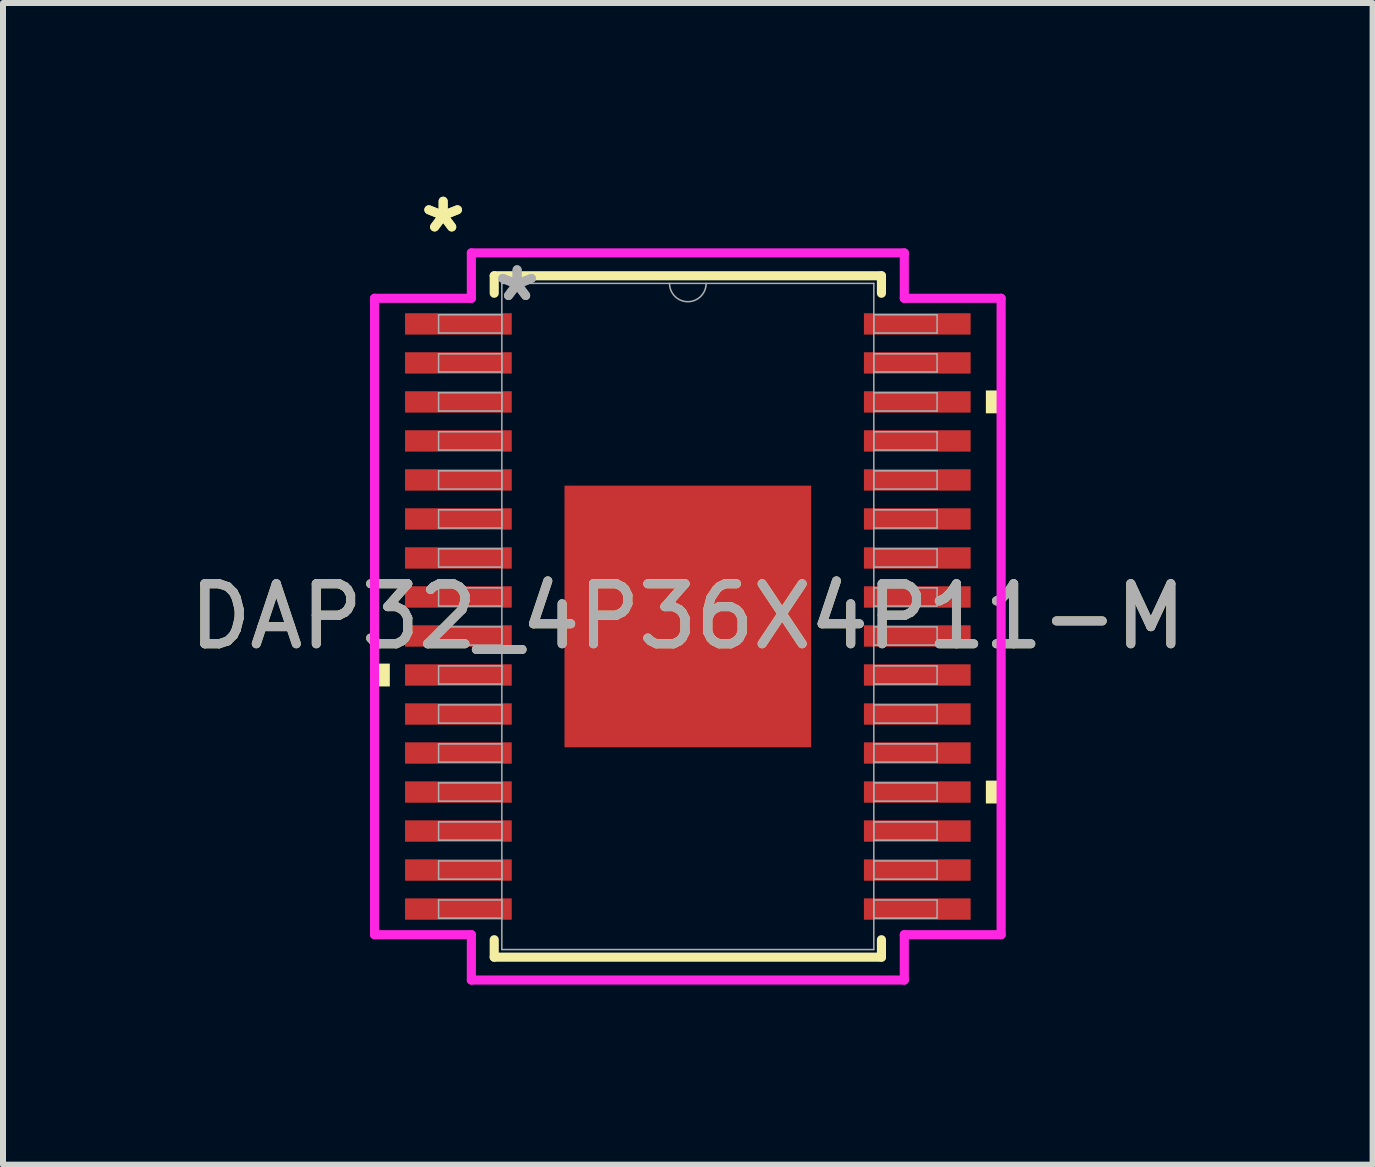
<source format=kicad_pcb>
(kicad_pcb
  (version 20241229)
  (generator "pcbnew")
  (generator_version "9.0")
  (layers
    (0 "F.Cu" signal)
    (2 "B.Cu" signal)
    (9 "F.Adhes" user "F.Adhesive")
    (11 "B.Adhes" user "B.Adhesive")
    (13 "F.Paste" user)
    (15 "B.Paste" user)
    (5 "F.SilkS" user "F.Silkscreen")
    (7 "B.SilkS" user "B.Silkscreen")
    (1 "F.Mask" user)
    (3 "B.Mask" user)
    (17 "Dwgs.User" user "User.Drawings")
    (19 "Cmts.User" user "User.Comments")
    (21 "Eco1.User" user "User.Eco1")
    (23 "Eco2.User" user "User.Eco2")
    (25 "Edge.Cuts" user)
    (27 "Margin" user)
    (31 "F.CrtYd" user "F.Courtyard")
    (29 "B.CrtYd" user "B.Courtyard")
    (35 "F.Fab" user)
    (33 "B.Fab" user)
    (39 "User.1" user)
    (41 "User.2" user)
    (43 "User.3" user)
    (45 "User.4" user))
  (footprint "DAP32_4P36X4P11-M"
    (layer "F.Cu")
    (at 8.411 7.222)
    (property "Reference" "DAP32_4P36X4P11-M" (at 0 0 0) (unlocked yes) (layer "F.SilkS") (effects (font (size 1 1) (thickness 0.15))))
    (attr smd)
    (fp_line (start -3.226 -5.677) (end -3.226 -5.386) (stroke (width 0.152) (type solid)) (layer "F.SilkS"))
    (fp_line (start -3.226 5.386) (end -3.226 5.677) (stroke (width 0.152) (type solid)) (layer "F.SilkS"))
    (fp_line (start -3.226 5.677) (end 3.226 5.677) (stroke (width 0.152) (type solid)) (layer "F.SilkS"))
    (fp_line (start 3.226 -5.677) (end -3.226 -5.677) (stroke (width 0.152) (type solid)) (layer "F.SilkS"))
    (fp_line (start 3.226 -5.386) (end 3.226 -5.677) (stroke (width 0.152) (type solid)) (layer "F.SilkS"))
    (fp_line (start 3.226 5.677) (end 3.226 5.386) (stroke (width 0.152) (type solid)) (layer "F.SilkS"))
    (fp_poly (pts (xy -5.22 0.785) (xy -5.22 1.166) (xy -4.966 1.166) (xy -4.966 0.785)) (stroke (width 0) (type solid)) (fill yes) (layer "F.SilkS"))
    (fp_poly (pts (xy 5.22 -3.766) (xy 5.22 -3.385) (xy 4.966 -3.385) (xy 4.966 -3.766)) (stroke (width 0) (type solid)) (fill yes) (layer "F.SilkS"))
    (fp_poly (pts (xy 5.22 2.735) (xy 5.22 3.116) (xy 4.966 3.116) (xy 4.966 2.735)) (stroke (width 0) (type solid)) (fill yes) (layer "F.SilkS"))
    (fp_poly (pts (xy -1.955 -2.08) (xy -1.955 -0.827) (xy -0.785 -0.827) (xy -0.785 -2.08)) (stroke (width 0) (type solid)) (fill yes) (layer "F.Paste"))
    (fp_poly (pts (xy -1.955 -0.627) (xy -1.955 0.627) (xy -0.785 0.627) (xy -0.785 -0.627)) (stroke (width 0) (type solid)) (fill yes) (layer "F.Paste"))
    (fp_poly (pts (xy -1.955 0.827) (xy -1.955 2.08) (xy -0.785 2.08) (xy -0.785 0.827)) (stroke (width 0) (type solid)) (fill yes) (layer "F.Paste"))
    (fp_poly (pts (xy -0.585 -2.08) (xy -0.585 -0.827) (xy 0.585 -0.827) (xy 0.585 -2.08)) (stroke (width 0) (type solid)) (fill yes) (layer "F.Paste"))
    (fp_poly (pts (xy -0.585 -0.627) (xy -0.585 0.627) (xy 0.585 0.627) (xy 0.585 -0.627)) (stroke (width 0) (type solid)) (fill yes) (layer "F.Paste"))
    (fp_poly (pts (xy -0.585 0.827) (xy -0.585 2.08) (xy 0.585 2.08) (xy 0.585 0.827)) (stroke (width 0) (type solid)) (fill yes) (layer "F.Paste"))
    (fp_poly (pts (xy 0.785 -2.08) (xy 0.785 -0.827) (xy 1.955 -0.827) (xy 1.955 -2.08)) (stroke (width 0) (type solid)) (fill yes) (layer "F.Paste"))
    (fp_poly (pts (xy 0.785 -0.627) (xy 0.785 0.627) (xy 1.955 0.627) (xy 1.955 -0.627)) (stroke (width 0) (type solid)) (fill yes) (layer "F.Paste"))
    (fp_poly (pts (xy 0.785 0.827) (xy 0.785 2.08) (xy 1.955 2.08) (xy 1.955 0.827)) (stroke (width 0) (type solid)) (fill yes) (layer "F.Paste"))
    (fp_line (start -5.22 -5.302) (end -3.607 -5.302) (stroke (width 0.152) (type solid)) (layer "F.CrtYd"))
    (fp_line (start -5.22 5.302) (end -5.22 -5.302) (stroke (width 0.152) (type solid)) (layer "F.CrtYd"))
    (fp_line (start -5.22 5.302) (end -3.607 5.302) (stroke (width 0.152) (type solid)) (layer "F.CrtYd"))
    (fp_line (start -3.607 -6.058) (end 3.607 -6.058) (stroke (width 0.152) (type solid)) (layer "F.CrtYd"))
    (fp_line (start -3.607 -5.302) (end -3.607 -6.058) (stroke (width 0.152) (type solid)) (layer "F.CrtYd"))
    (fp_line (start -3.607 6.058) (end -3.607 5.302) (stroke (width 0.152) (type solid)) (layer "F.CrtYd"))
    (fp_line (start 3.607 -6.058) (end 3.607 -5.302) (stroke (width 0.152) (type solid)) (layer "F.CrtYd"))
    (fp_line (start 3.607 5.302) (end 3.607 6.058) (stroke (width 0.152) (type solid)) (layer "F.CrtYd"))
    (fp_line (start 3.607 6.058) (end -3.607 6.058) (stroke (width 0.152) (type solid)) (layer "F.CrtYd"))
    (fp_line (start 5.22 -5.302) (end 3.607 -5.302) (stroke (width 0.152) (type solid)) (layer "F.CrtYd"))
    (fp_line (start 5.22 -5.302) (end 5.22 5.302) (stroke (width 0.152) (type solid)) (layer "F.CrtYd"))
    (fp_line (start 5.22 5.302) (end 3.607 5.302) (stroke (width 0.152) (type solid)) (layer "F.CrtYd"))
    (fp_line (start -4.153 -5.027) (end -4.153 -4.723) (stroke (width 0.025) (type solid)) (layer "F.Fab"))
    (fp_line (start -4.153 -4.723) (end -3.099 -4.723) (stroke (width 0.025) (type solid)) (layer "F.Fab"))
    (fp_line (start -4.153 -4.377) (end -4.153 -4.073) (stroke (width 0.025) (type solid)) (layer "F.Fab"))
    (fp_line (start -4.153 -4.073) (end -3.099 -4.073) (stroke (width 0.025) (type solid)) (layer "F.Fab"))
    (fp_line (start -4.153 -3.727) (end -4.153 -3.423) (stroke (width 0.025) (type solid)) (layer "F.Fab"))
    (fp_line (start -4.153 -3.423) (end -3.099 -3.423) (stroke (width 0.025) (type solid)) (layer "F.Fab"))
    (fp_line (start -4.153 -3.077) (end -4.153 -2.773) (stroke (width 0.025) (type solid)) (layer "F.Fab"))
    (fp_line (start -4.153 -2.773) (end -3.099 -2.773) (stroke (width 0.025) (type solid)) (layer "F.Fab"))
    (fp_line (start -4.153 -2.427) (end -4.153 -2.123) (stroke (width 0.025) (type solid)) (layer "F.Fab"))
    (fp_line (start -4.153 -2.123) (end -3.099 -2.123) (stroke (width 0.025) (type solid)) (layer "F.Fab"))
    (fp_line (start -4.153 -1.777) (end -4.153 -1.473) (stroke (width 0.025) (type solid)) (layer "F.Fab"))
    (fp_line (start -4.153 -1.473) (end -3.099 -1.473) (stroke (width 0.025) (type solid)) (layer "F.Fab"))
    (fp_line (start -4.153 -1.127) (end -4.153 -0.823) (stroke (width 0.025) (type solid)) (layer "F.Fab"))
    (fp_line (start -4.153 -0.823) (end -3.099 -0.823) (stroke (width 0.025) (type solid)) (layer "F.Fab"))
    (fp_line (start -4.153 -0.477) (end -4.153 -0.173) (stroke (width 0.025) (type solid)) (layer "F.Fab"))
    (fp_line (start -4.153 -0.173) (end -3.099 -0.173) (stroke (width 0.025) (type solid)) (layer "F.Fab"))
    (fp_line (start -4.153 0.173) (end -4.153 0.477) (stroke (width 0.025) (type solid)) (layer "F.Fab"))
    (fp_line (start -4.153 0.477) (end -3.099 0.477) (stroke (width 0.025) (type solid)) (layer "F.Fab"))
    (fp_line (start -4.153 0.823) (end -4.153 1.127) (stroke (width 0.025) (type solid)) (layer "F.Fab"))
    (fp_line (start -4.153 1.127) (end -3.099 1.127) (stroke (width 0.025) (type solid)) (layer "F.Fab"))
    (fp_line (start -4.153 1.473) (end -4.153 1.777) (stroke (width 0.025) (type solid)) (layer "F.Fab"))
    (fp_line (start -4.153 1.777) (end -3.099 1.777) (stroke (width 0.025) (type solid)) (layer "F.Fab"))
    (fp_line (start -4.153 2.123) (end -4.153 2.427) (stroke (width 0.025) (type solid)) (layer "F.Fab"))
    (fp_line (start -4.153 2.427) (end -3.099 2.427) (stroke (width 0.025) (type solid)) (layer "F.Fab"))
    (fp_line (start -4.153 2.773) (end -4.153 3.077) (stroke (width 0.025) (type solid)) (layer "F.Fab"))
    (fp_line (start -4.153 3.077) (end -3.099 3.077) (stroke (width 0.025) (type solid)) (layer "F.Fab"))
    (fp_line (start -4.153 3.423) (end -4.153 3.727) (stroke (width 0.025) (type solid)) (layer "F.Fab"))
    (fp_line (start -4.153 3.727) (end -3.099 3.727) (stroke (width 0.025) (type solid)) (layer "F.Fab"))
    (fp_line (start -4.153 4.073) (end -4.153 4.377) (stroke (width 0.025) (type solid)) (layer "F.Fab"))
    (fp_line (start -4.153 4.377) (end -3.099 4.377) (stroke (width 0.025) (type solid)) (layer "F.Fab"))
    (fp_line (start -4.153 4.723) (end -4.153 5.027) (stroke (width 0.025) (type solid)) (layer "F.Fab"))
    (fp_line (start -4.153 5.027) (end -3.099 5.027) (stroke (width 0.025) (type solid)) (layer "F.Fab"))
    (fp_line (start -3.099 -5.55) (end -3.099 5.55) (stroke (width 0.025) (type solid)) (layer "F.Fab"))
    (fp_line (start -3.099 -5.027) (end -4.153 -5.027) (stroke (width 0.025) (type solid)) (layer "F.Fab"))
    (fp_line (start -3.099 -4.723) (end -3.099 -5.027) (stroke (width 0.025) (type solid)) (layer "F.Fab"))
    (fp_line (start -3.099 -4.377) (end -4.153 -4.377) (stroke (width 0.025) (type solid)) (layer "F.Fab"))
    (fp_line (start -3.099 -4.073) (end -3.099 -4.377) (stroke (width 0.025) (type solid)) (layer "F.Fab"))
    (fp_line (start -3.099 -3.727) (end -4.153 -3.727) (stroke (width 0.025) (type solid)) (layer "F.Fab"))
    (fp_line (start -3.099 -3.423) (end -3.099 -3.727) (stroke (width 0.025) (type solid)) (layer "F.Fab"))
    (fp_line (start -3.099 -3.077) (end -4.153 -3.077) (stroke (width 0.025) (type solid)) (layer "F.Fab"))
    (fp_line (start -3.099 -2.773) (end -3.099 -3.077) (stroke (width 0.025) (type solid)) (layer "F.Fab"))
    (fp_line (start -3.099 -2.427) (end -4.153 -2.427) (stroke (width 0.025) (type solid)) (layer "F.Fab"))
    (fp_line (start -3.099 -2.123) (end -3.099 -2.427) (stroke (width 0.025) (type solid)) (layer "F.Fab"))
    (fp_line (start -3.099 -1.777) (end -4.153 -1.777) (stroke (width 0.025) (type solid)) (layer "F.Fab"))
    (fp_line (start -3.099 -1.473) (end -3.099 -1.777) (stroke (width 0.025) (type solid)) (layer "F.Fab"))
    (fp_line (start -3.099 -1.127) (end -4.153 -1.127) (stroke (width 0.025) (type solid)) (layer "F.Fab"))
    (fp_line (start -3.099 -0.823) (end -3.099 -1.127) (stroke (width 0.025) (type solid)) (layer "F.Fab"))
    (fp_line (start -3.099 -0.477) (end -4.153 -0.477) (stroke (width 0.025) (type solid)) (layer "F.Fab"))
    (fp_line (start -3.099 -0.173) (end -3.099 -0.477) (stroke (width 0.025) (type solid)) (layer "F.Fab"))
    (fp_line (start -3.099 0.173) (end -4.153 0.173) (stroke (width 0.025) (type solid)) (layer "F.Fab"))
    (fp_line (start -3.099 0.477) (end -3.099 0.173) (stroke (width 0.025) (type solid)) (layer "F.Fab"))
    (fp_line (start -3.099 0.823) (end -4.153 0.823) (stroke (width 0.025) (type solid)) (layer "F.Fab"))
    (fp_line (start -3.099 1.127) (end -3.099 0.823) (stroke (width 0.025) (type solid)) (layer "F.Fab"))
    (fp_line (start -3.099 1.473) (end -4.153 1.473) (stroke (width 0.025) (type solid)) (layer "F.Fab"))
    (fp_line (start -3.099 1.777) (end -3.099 1.473) (stroke (width 0.025) (type solid)) (layer "F.Fab"))
    (fp_line (start -3.099 2.123) (end -4.153 2.123) (stroke (width 0.025) (type solid)) (layer "F.Fab"))
    (fp_line (start -3.099 2.427) (end -3.099 2.123) (stroke (width 0.025) (type solid)) (layer "F.Fab"))
    (fp_line (start -3.099 2.773) (end -4.153 2.773) (stroke (width 0.025) (type solid)) (layer "F.Fab"))
    (fp_line (start -3.099 3.077) (end -3.099 2.773) (stroke (width 0.025) (type solid)) (layer "F.Fab"))
    (fp_line (start -3.099 3.423) (end -4.153 3.423) (stroke (width 0.025) (type solid)) (layer "F.Fab"))
    (fp_line (start -3.099 3.727) (end -3.099 3.423) (stroke (width 0.025) (type solid)) (layer "F.Fab"))
    (fp_line (start -3.099 4.073) (end -4.153 4.073) (stroke (width 0.025) (type solid)) (layer "F.Fab"))
    (fp_line (start -3.099 4.377) (end -3.099 4.073) (stroke (width 0.025) (type solid)) (layer "F.Fab"))
    (fp_line (start -3.099 4.723) (end -4.153 4.723) (stroke (width 0.025) (type solid)) (layer "F.Fab"))
    (fp_line (start -3.099 5.027) (end -3.099 4.723) (stroke (width 0.025) (type solid)) (layer "F.Fab"))
    (fp_line (start -3.099 5.55) (end 3.099 5.55) (stroke (width 0.025) (type solid)) (layer "F.Fab"))
    (fp_line (start 3.099 -5.55) (end -3.099 -5.55) (stroke (width 0.025) (type solid)) (layer "F.Fab"))
    (fp_line (start 3.099 -5.027) (end 3.099 -4.723) (stroke (width 0.025) (type solid)) (layer "F.Fab"))
    (fp_line (start 3.099 -4.723) (end 4.153 -4.723) (stroke (width 0.025) (type solid)) (layer "F.Fab"))
    (fp_line (start 3.099 -4.377) (end 3.099 -4.073) (stroke (width 0.025) (type solid)) (layer "F.Fab"))
    (fp_line (start 3.099 -4.073) (end 4.153 -4.073) (stroke (width 0.025) (type solid)) (layer "F.Fab"))
    (fp_line (start 3.099 -3.727) (end 3.099 -3.423) (stroke (width 0.025) (type solid)) (layer "F.Fab"))
    (fp_line (start 3.099 -3.423) (end 4.153 -3.423) (stroke (width 0.025) (type solid)) (layer "F.Fab"))
    (fp_line (start 3.099 -3.077) (end 3.099 -2.773) (stroke (width 0.025) (type solid)) (layer "F.Fab"))
    (fp_line (start 3.099 -2.773) (end 4.153 -2.773) (stroke (width 0.025) (type solid)) (layer "F.Fab"))
    (fp_line (start 3.099 -2.427) (end 3.099 -2.123) (stroke (width 0.025) (type solid)) (layer "F.Fab"))
    (fp_line (start 3.099 -2.123) (end 4.153 -2.123) (stroke (width 0.025) (type solid)) (layer "F.Fab"))
    (fp_line (start 3.099 -1.777) (end 3.099 -1.473) (stroke (width 0.025) (type solid)) (layer "F.Fab"))
    (fp_line (start 3.099 -1.473) (end 4.153 -1.473) (stroke (width 0.025) (type solid)) (layer "F.Fab"))
    (fp_line (start 3.099 -1.127) (end 3.099 -0.823) (stroke (width 0.025) (type solid)) (layer "F.Fab"))
    (fp_line (start 3.099 -0.823) (end 4.153 -0.823) (stroke (width 0.025) (type solid)) (layer "F.Fab"))
    (fp_line (start 3.099 -0.477) (end 3.099 -0.173) (stroke (width 0.025) (type solid)) (layer "F.Fab"))
    (fp_line (start 3.099 -0.173) (end 4.153 -0.173) (stroke (width 0.025) (type solid)) (layer "F.Fab"))
    (fp_line (start 3.099 0.173) (end 3.099 0.477) (stroke (width 0.025) (type solid)) (layer "F.Fab"))
    (fp_line (start 3.099 0.477) (end 4.153 0.477) (stroke (width 0.025) (type solid)) (layer "F.Fab"))
    (fp_line (start 3.099 0.823) (end 3.099 1.127) (stroke (width 0.025) (type solid)) (layer "F.Fab"))
    (fp_line (start 3.099 1.127) (end 4.153 1.127) (stroke (width 0.025) (type solid)) (layer "F.Fab"))
    (fp_line (start 3.099 1.473) (end 3.099 1.777) (stroke (width 0.025) (type solid)) (layer "F.Fab"))
    (fp_line (start 3.099 1.777) (end 4.153 1.777) (stroke (width 0.025) (type solid)) (layer "F.Fab"))
    (fp_line (start 3.099 2.123) (end 3.099 2.427) (stroke (width 0.025) (type solid)) (layer "F.Fab"))
    (fp_line (start 3.099 2.427) (end 4.153 2.427) (stroke (width 0.025) (type solid)) (layer "F.Fab"))
    (fp_line (start 3.099 2.773) (end 3.099 3.077) (stroke (width 0.025) (type solid)) (layer "F.Fab"))
    (fp_line (start 3.099 3.077) (end 4.153 3.077) (stroke (width 0.025) (type solid)) (layer "F.Fab"))
    (fp_line (start 3.099 3.423) (end 3.099 3.727) (stroke (width 0.025) (type solid)) (layer "F.Fab"))
    (fp_line (start 3.099 3.727) (end 4.153 3.727) (stroke (width 0.025) (type solid)) (layer "F.Fab"))
    (fp_line (start 3.099 4.073) (end 3.099 4.377) (stroke (width 0.025) (type solid)) (layer "F.Fab"))
    (fp_line (start 3.099 4.377) (end 4.153 4.377) (stroke (width 0.025) (type solid)) (layer "F.Fab"))
    (fp_line (start 3.099 4.723) (end 3.099 5.027) (stroke (width 0.025) (type solid)) (layer "F.Fab"))
    (fp_line (start 3.099 5.027) (end 4.153 5.027) (stroke (width 0.025) (type solid)) (layer "F.Fab"))
    (fp_line (start 3.099 5.55) (end 3.099 -5.55) (stroke (width 0.025) (type solid)) (layer "F.Fab"))
    (fp_line (start 4.153 -5.027) (end 3.099 -5.027) (stroke (width 0.025) (type solid)) (layer "F.Fab"))
    (fp_line (start 4.153 -4.723) (end 4.153 -5.027) (stroke (width 0.025) (type solid)) (layer "F.Fab"))
    (fp_line (start 4.153 -4.377) (end 3.099 -4.377) (stroke (width 0.025) (type solid)) (layer "F.Fab"))
    (fp_line (start 4.153 -4.073) (end 4.153 -4.377) (stroke (width 0.025) (type solid)) (layer "F.Fab"))
    (fp_line (start 4.153 -3.727) (end 3.099 -3.727) (stroke (width 0.025) (type solid)) (layer "F.Fab"))
    (fp_line (start 4.153 -3.423) (end 4.153 -3.727) (stroke (width 0.025) (type solid)) (layer "F.Fab"))
    (fp_line (start 4.153 -3.077) (end 3.099 -3.077) (stroke (width 0.025) (type solid)) (layer "F.Fab"))
    (fp_line (start 4.153 -2.773) (end 4.153 -3.077) (stroke (width 0.025) (type solid)) (layer "F.Fab"))
    (fp_line (start 4.153 -2.427) (end 3.099 -2.427) (stroke (width 0.025) (type solid)) (layer "F.Fab"))
    (fp_line (start 4.153 -2.123) (end 4.153 -2.427) (stroke (width 0.025) (type solid)) (layer "F.Fab"))
    (fp_line (start 4.153 -1.777) (end 3.099 -1.777) (stroke (width 0.025) (type solid)) (layer "F.Fab"))
    (fp_line (start 4.153 -1.473) (end 4.153 -1.777) (stroke (width 0.025) (type solid)) (layer "F.Fab"))
    (fp_line (start 4.153 -1.127) (end 3.099 -1.127) (stroke (width 0.025) (type solid)) (layer "F.Fab"))
    (fp_line (start 4.153 -0.823) (end 4.153 -1.127) (stroke (width 0.025) (type solid)) (layer "F.Fab"))
    (fp_line (start 4.153 -0.477) (end 3.099 -0.477) (stroke (width 0.025) (type solid)) (layer "F.Fab"))
    (fp_line (start 4.153 -0.173) (end 4.153 -0.477) (stroke (width 0.025) (type solid)) (layer "F.Fab"))
    (fp_line (start 4.153 0.173) (end 3.099 0.173) (stroke (width 0.025) (type solid)) (layer "F.Fab"))
    (fp_line (start 4.153 0.477) (end 4.153 0.173) (stroke (width 0.025) (type solid)) (layer "F.Fab"))
    (fp_line (start 4.153 0.823) (end 3.099 0.823) (stroke (width 0.025) (type solid)) (layer "F.Fab"))
    (fp_line (start 4.153 1.127) (end 4.153 0.823) (stroke (width 0.025) (type solid)) (layer "F.Fab"))
    (fp_line (start 4.153 1.473) (end 3.099 1.473) (stroke (width 0.025) (type solid)) (layer "F.Fab"))
    (fp_line (start 4.153 1.777) (end 4.153 1.473) (stroke (width 0.025) (type solid)) (layer "F.Fab"))
    (fp_line (start 4.153 2.123) (end 3.099 2.123) (stroke (width 0.025) (type solid)) (layer "F.Fab"))
    (fp_line (start 4.153 2.427) (end 4.153 2.123) (stroke (width 0.025) (type solid)) (layer "F.Fab"))
    (fp_line (start 4.153 2.773) (end 3.099 2.773) (stroke (width 0.025) (type solid)) (layer "F.Fab"))
    (fp_line (start 4.153 3.077) (end 4.153 2.773) (stroke (width 0.025) (type solid)) (layer "F.Fab"))
    (fp_line (start 4.153 3.423) (end 3.099 3.423) (stroke (width 0.025) (type solid)) (layer "F.Fab"))
    (fp_line (start 4.153 3.727) (end 4.153 3.423) (stroke (width 0.025) (type solid)) (layer "F.Fab"))
    (fp_line (start 4.153 4.073) (end 3.099 4.073) (stroke (width 0.025) (type solid)) (layer "F.Fab"))
    (fp_line (start 4.153 4.377) (end 4.153 4.073) (stroke (width 0.025) (type solid)) (layer "F.Fab"))
    (fp_line (start 4.153 4.723) (end 3.099 4.723) (stroke (width 0.025) (type solid)) (layer "F.Fab"))
    (fp_line (start 4.153 5.027) (end 4.153 4.723) (stroke (width 0.025) (type solid)) (layer "F.Fab"))
    (fp_arc (start 0.3048 -5.5499) (mid 0 -5.2451) (end -0.3048 -5.5499) (stroke (width 0.0254) (type solid)) (layer "F.Fab"))
    (fp_text user "*" (at -4.077 -6.374 0) (unlocked yes) (layer "F.SilkS") (effects (font (size 1 1) (thickness 0.15))))
    (fp_text user "*" (at -4.077 -6.374 0) (layer "F.SilkS") (effects (font (size 1 1) (thickness 0.15))))
    (fp_text user "*" (at -2.845 -5.231 0) (unlocked yes) (layer "F.Fab") (effects (font (size 1 1) (thickness 0.15))))
    (fp_text user "${REFERENCE}" (at 0 0 0) (unlocked yes) (layer "F.Fab") (effects (font (size 1 1) (thickness 0.15))))
    (fp_text user "*" (at -2.845 -5.231 0) (layer "F.Fab") (effects (font (size 1 1) (thickness 0.15))))
    (pad "1" smd rect (at -3.823 -4.875) (size 1.778 0.356) (layers "F.Cu" "F.Mask" "F.Paste"))
    (pad "2" smd rect (at -3.823 -4.225) (size 1.778 0.356) (layers "F.Cu" "F.Mask" "F.Paste"))
    (pad "3" smd rect (at -3.823 -3.575) (size 1.778 0.356) (layers "F.Cu" "F.Mask" "F.Paste"))
    (pad "4" smd rect (at -3.823 -2.925) (size 1.778 0.356) (layers "F.Cu" "F.Mask" "F.Paste"))
    (pad "5" smd rect (at -3.823 -2.275) (size 1.778 0.356) (layers "F.Cu" "F.Mask" "F.Paste"))
    (pad "6" smd rect (at -3.823 -1.625) (size 1.778 0.356) (layers "F.Cu" "F.Mask" "F.Paste"))
    (pad "7" smd rect (at -3.823 -0.975) (size 1.778 0.356) (layers "F.Cu" "F.Mask" "F.Paste"))
    (pad "8" smd rect (at -3.823 -0.325) (size 1.778 0.356) (layers "F.Cu" "F.Mask" "F.Paste"))
    (pad "9" smd rect (at -3.823 0.325) (size 1.778 0.356) (layers "F.Cu" "F.Mask" "F.Paste"))
    (pad "10" smd rect (at -3.823 0.975) (size 1.778 0.356) (layers "F.Cu" "F.Mask" "F.Paste"))
    (pad "11" smd rect (at -3.823 1.625) (size 1.778 0.356) (layers "F.Cu" "F.Mask" "F.Paste"))
    (pad "12" smd rect (at -3.823 2.275) (size 1.778 0.356) (layers "F.Cu" "F.Mask" "F.Paste"))
    (pad "13" smd rect (at -3.823 2.925) (size 1.778 0.356) (layers "F.Cu" "F.Mask" "F.Paste"))
    (pad "14" smd rect (at -3.823 3.575) (size 1.778 0.356) (layers "F.Cu" "F.Mask" "F.Paste"))
    (pad "15" smd rect (at -3.823 4.225) (size 1.778 0.356) (layers "F.Cu" "F.Mask" "F.Paste"))
    (pad "16" smd rect (at -3.823 4.875) (size 1.778 0.356) (layers "F.Cu" "F.Mask" "F.Paste"))
    (pad "17" smd rect (at 3.823 4.875) (size 1.778 0.356) (layers "F.Cu" "F.Mask" "F.Paste"))
    (pad "18" smd rect (at 3.823 4.225) (size 1.778 0.356) (layers "F.Cu" "F.Mask" "F.Paste"))
    (pad "19" smd rect (at 3.823 3.575) (size 1.778 0.356) (layers "F.Cu" "F.Mask" "F.Paste"))
    (pad "20" smd rect (at 3.823 2.925) (size 1.778 0.356) (layers "F.Cu" "F.Mask" "F.Paste"))
    (pad "21" smd rect (at 3.823 2.275) (size 1.778 0.356) (layers "F.Cu" "F.Mask" "F.Paste"))
    (pad "22" smd rect (at 3.823 1.625) (size 1.778 0.356) (layers "F.Cu" "F.Mask" "F.Paste"))
    (pad "23" smd rect (at 3.823 0.975) (size 1.778 0.356) (layers "F.Cu" "F.Mask" "F.Paste"))
    (pad "24" smd rect (at 3.823 0.325) (size 1.778 0.356) (layers "F.Cu" "F.Mask" "F.Paste"))
    (pad "25" smd rect (at 3.823 -0.325) (size 1.778 0.356) (layers "F.Cu" "F.Mask" "F.Paste"))
    (pad "26" smd rect (at 3.823 -0.975) (size 1.778 0.356) (layers "F.Cu" "F.Mask" "F.Paste"))
    (pad "27" smd rect (at 3.823 -1.625) (size 1.778 0.356) (layers "F.Cu" "F.Mask" "F.Paste"))
    (pad "28" smd rect (at 3.823 -2.275) (size 1.778 0.356) (layers "F.Cu" "F.Mask" "F.Paste"))
    (pad "29" smd rect (at 3.823 -2.925) (size 1.778 0.356) (layers "F.Cu" "F.Mask" "F.Paste"))
    (pad "30" smd rect (at 3.823 -3.575) (size 1.778 0.356) (layers "F.Cu" "F.Mask" "F.Paste"))
    (pad "31" smd rect (at 3.823 -4.225) (size 1.778 0.356) (layers "F.Cu" "F.Mask" "F.Paste"))
    (pad "32" smd rect (at 3.823 -4.875) (size 1.778 0.356) (layers "F.Cu" "F.Mask" "F.Paste"))
    (pad "33" smd rect (at 0 0) (size 4.11 4.36) (layers "F.Cu" "F.Mask" "F.Paste")))
  (gr_rect
    (start -3 -3)
    (end 19.821 16.356)
    (stroke (width 0.1) (type default))
    (fill no)
    (layer "Edge.Cuts")))
</source>
